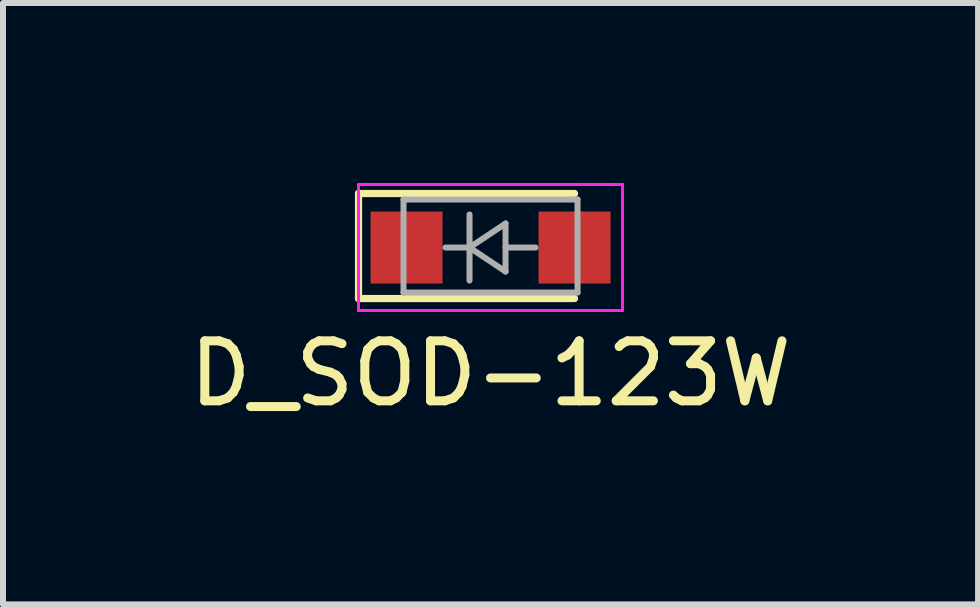
<source format=kicad_pcb>
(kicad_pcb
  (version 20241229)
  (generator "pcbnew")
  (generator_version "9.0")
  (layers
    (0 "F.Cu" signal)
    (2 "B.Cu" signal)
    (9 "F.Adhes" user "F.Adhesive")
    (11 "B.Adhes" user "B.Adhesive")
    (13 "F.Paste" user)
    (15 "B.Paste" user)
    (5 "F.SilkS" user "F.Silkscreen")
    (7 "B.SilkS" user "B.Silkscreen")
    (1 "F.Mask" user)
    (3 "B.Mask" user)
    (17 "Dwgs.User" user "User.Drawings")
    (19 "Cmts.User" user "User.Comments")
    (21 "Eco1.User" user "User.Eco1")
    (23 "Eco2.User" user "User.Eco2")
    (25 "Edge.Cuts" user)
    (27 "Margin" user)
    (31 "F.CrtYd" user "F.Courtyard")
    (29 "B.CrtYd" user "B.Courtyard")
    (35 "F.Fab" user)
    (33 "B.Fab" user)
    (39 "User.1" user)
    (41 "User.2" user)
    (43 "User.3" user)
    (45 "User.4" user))
  (footprint "D_SOD-123W"
    (layer "F.Cu")
    (at 5.125 1.075)
    (property "Reference" "D_SOD-123W" (at 0 2.1 0) (layer "F.SilkS") (effects (font (size 1 1) (thickness 0.15))))
    (attr through_hole)
    (fp_line (start -2.2 -0.9) (end -2.2 0.85) (stroke (width 0.12) (type solid)) (layer "F.SilkS"))
    (fp_line (start -2.2 0.85) (end 1.4 0.85) (stroke (width 0.12) (type solid)) (layer "F.SilkS"))
    (fp_line (start 1.4 -0.9) (end -2.2 -0.9) (stroke (width 0.12) (type solid)) (layer "F.SilkS"))
    (fp_line (start -2.2 -1.05) (end 2.2 -1.05) (stroke (width 0.05) (type solid)) (layer "F.CrtYd"))
    (fp_line (start -2.2 1.05) (end -2.2 -1.05) (stroke (width 0.05) (type solid)) (layer "F.CrtYd"))
    (fp_line (start 2.2 -1.05) (end 2.2 1.05) (stroke (width 0.05) (type solid)) (layer "F.CrtYd"))
    (fp_line (start 2.2 1.05) (end -2.2 1.05) (stroke (width 0.05) (type solid)) (layer "F.CrtYd"))
    (fp_line (start -1.45 -0.8) (end -1.45 0.75) (stroke (width 0.1) (type solid)) (layer "F.Fab"))
    (fp_line (start -1.45 -0.8) (end 1.45 -0.8) (stroke (width 0.1) (type solid)) (layer "F.Fab"))
    (fp_line (start -1.45 0.75) (end 1.45 0.75) (stroke (width 0.1) (type solid)) (layer "F.Fab"))
    (fp_line (start -0.75 0) (end -0.35 0) (stroke (width 0.1) (type solid)) (layer "F.Fab"))
    (fp_line (start -0.35 0) (end -0.35 -0.55) (stroke (width 0.1) (type solid)) (layer "F.Fab"))
    (fp_line (start -0.35 0) (end -0.35 0.55) (stroke (width 0.1) (type solid)) (layer "F.Fab"))
    (fp_line (start -0.35 0) (end 0.25 -0.4) (stroke (width 0.1) (type solid)) (layer "F.Fab"))
    (fp_line (start 0.25 -0.4) (end 0.25 0.4) (stroke (width 0.1) (type solid)) (layer "F.Fab"))
    (fp_line (start 0.25 0) (end 0.75 0) (stroke (width 0.1) (type solid)) (layer "F.Fab"))
    (fp_line (start 0.25 0.4) (end -0.35 0) (stroke (width 0.1) (type solid)) (layer "F.Fab"))
    (fp_line (start 1.45 -0.8) (end 1.45 0.75) (stroke (width 0.1) (type solid)) (layer "F.Fab"))
    (pad "1" smd rect (at -1.4 0) (size 1.2 1.2) (layers "F.Cu" "F.Mask" "F.Paste"))
    (pad "2" smd rect (at 1.4 0) (size 1.2 1.2) (layers "F.Cu" "F.Mask" "F.Paste")))
  (gr_rect
    (start -3 -3)
    (end 13.25 7.023)
    (stroke (width 0.1) (type default))
    (fill no)
    (layer "Edge.Cuts")))
</source>
